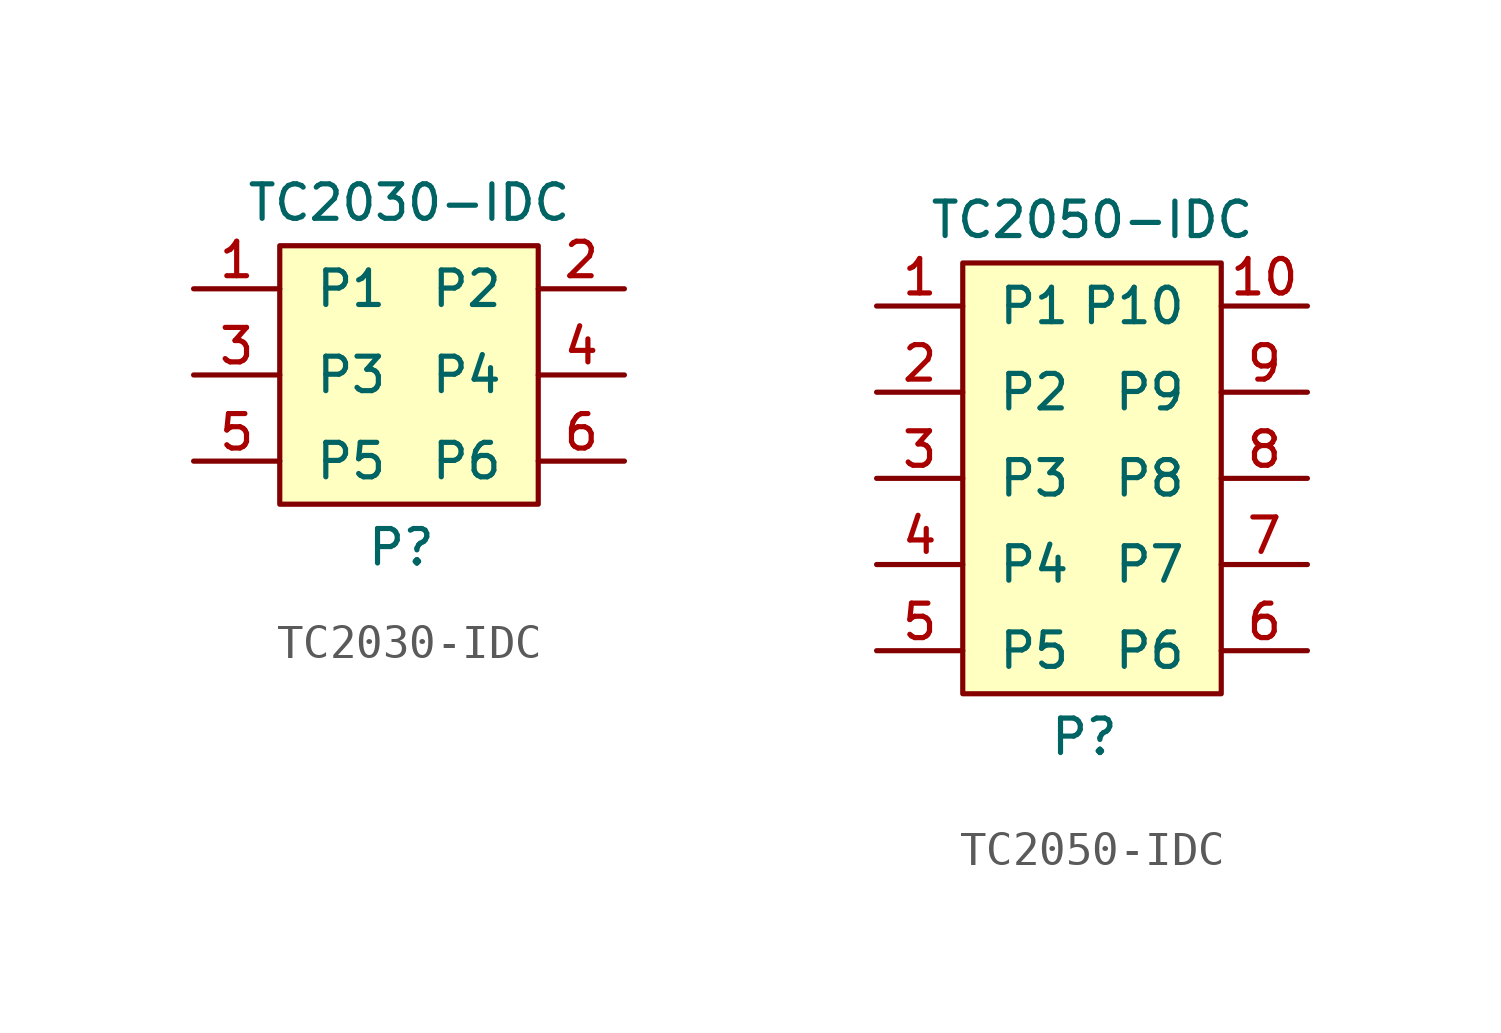
<source format=kicad_sym>
(kicad_symbol_lib
  (version 20220914)
  (generator kicad_symbol_editor)
  (symbol "TC2030-IDC"
    (pin_names
      (offset 1.016))
    (property "Reference" "P"
      (at -1.27 -5.08 0)
      (effects (font (size 1.016 1.016)) (justify left)))
    (property "Value" "TC2030-IDC"
      (at 0 5.08 0)
      (effects (font (size 1.016 1.016))))
    (symbol "TC2030-IDC_0_1"
      (rectangle (start 3.81 3.81) (end -3.81 -3.81) (stroke (width 0) (type solid)) (fill (type background))))
    (symbol "TC2030-IDC_1_1"
      (pin passive line (at -6.35 2.54 0) (length 2.54) (name "P1" (effects (font (size 1.016 1.016)))) (number "1" (effects (font (size 1.016 1.016)))))
      (pin passive line (at 6.35 2.54 180) (length 2.54) (name "P2" (effects (font (size 1.016 1.016)))) (number "2" (effects (font (size 1.016 1.016)))))
      (pin passive line (at -6.35 0 0) (length 2.54) (name "P3" (effects (font (size 1.016 1.016)))) (number "3" (effects (font (size 1.016 1.016)))))
      (pin passive line (at 6.35 0 180) (length 2.54) (name "P4" (effects (font (size 1.016 1.016)))) (number "4" (effects (font (size 1.016 1.016)))))
      (pin passive line (at -6.35 -2.54 0) (length 2.54) (name "P5" (effects (font (size 1.016 1.016)))) (number "5" (effects (font (size 1.016 1.016)))))
      (pin passive line (at 6.35 -2.54 180) (length 2.54) (name "P6" (effects (font (size 1.016 1.016)))) (number "6" (effects (font (size 1.016 1.016)))))))
  (symbol "TC2050-IDC"
    (pin_names
      (offset 1.016))
    (property "Reference" "P"
      (at -1.27 -7.62 0)
      (effects (font (size 1.016 1.016)) (justify left)))
    (property "Value" "TC2050-IDC"
      (at 0 7.62 0)
      (effects (font (size 1.016 1.016))))
    (symbol "TC2050-IDC_0_1"
      (rectangle (start 3.81 6.35) (end -3.81 -6.35) (stroke (width 0) (type solid)) (fill (type background))))
    (symbol "TC2050-IDC_1_1"
      (pin passive line (at -6.35 5.08 0) (length 2.54) (name "P1" (effects (font (size 1.016 1.016)))) (number "1" (effects (font (size 1.016 1.016)))))
      (pin passive line (at 6.35 5.08 180) (length 2.54) (name "P10" (effects (font (size 1.016 1.016)))) (number "10" (effects (font (size 1.016 1.016)))))
      (pin passive line (at -6.35 2.54 0) (length 2.54) (name "P2" (effects (font (size 1.016 1.016)))) (number "2" (effects (font (size 1.016 1.016)))))
      (pin passive line (at -6.35 0 0) (length 2.54) (name "P3" (effects (font (size 1.016 1.016)))) (number "3" (effects (font (size 1.016 1.016)))))
      (pin passive line (at -6.35 -2.54 0) (length 2.54) (name "P4" (effects (font (size 1.016 1.016)))) (number "4" (effects (font (size 1.016 1.016)))))
      (pin passive line (at -6.35 -5.08 0) (length 2.54) (name "P5" (effects (font (size 1.016 1.016)))) (number "5" (effects (font (size 1.016 1.016)))))
      (pin passive line (at 6.35 -5.08 180) (length 2.54) (name "P6" (effects (font (size 1.016 1.016)))) (number "6" (effects (font (size 1.016 1.016)))))
      (pin passive line (at 6.35 -2.54 180) (length 2.54) (name "P7" (effects (font (size 1.016 1.016)))) (number "7" (effects (font (size 1.016 1.016)))))
      (pin passive line (at 6.35 0 180) (length 2.54) (name "P8" (effects (font (size 1.016 1.016)))) (number "8" (effects (font (size 1.016 1.016)))))
      (pin passive line (at 6.35 2.54 180) (length 2.54) (name "P9" (effects (font (size 1.016 1.016)))) (number "9" (effects (font (size 1.016 1.016))))))))
</source>
